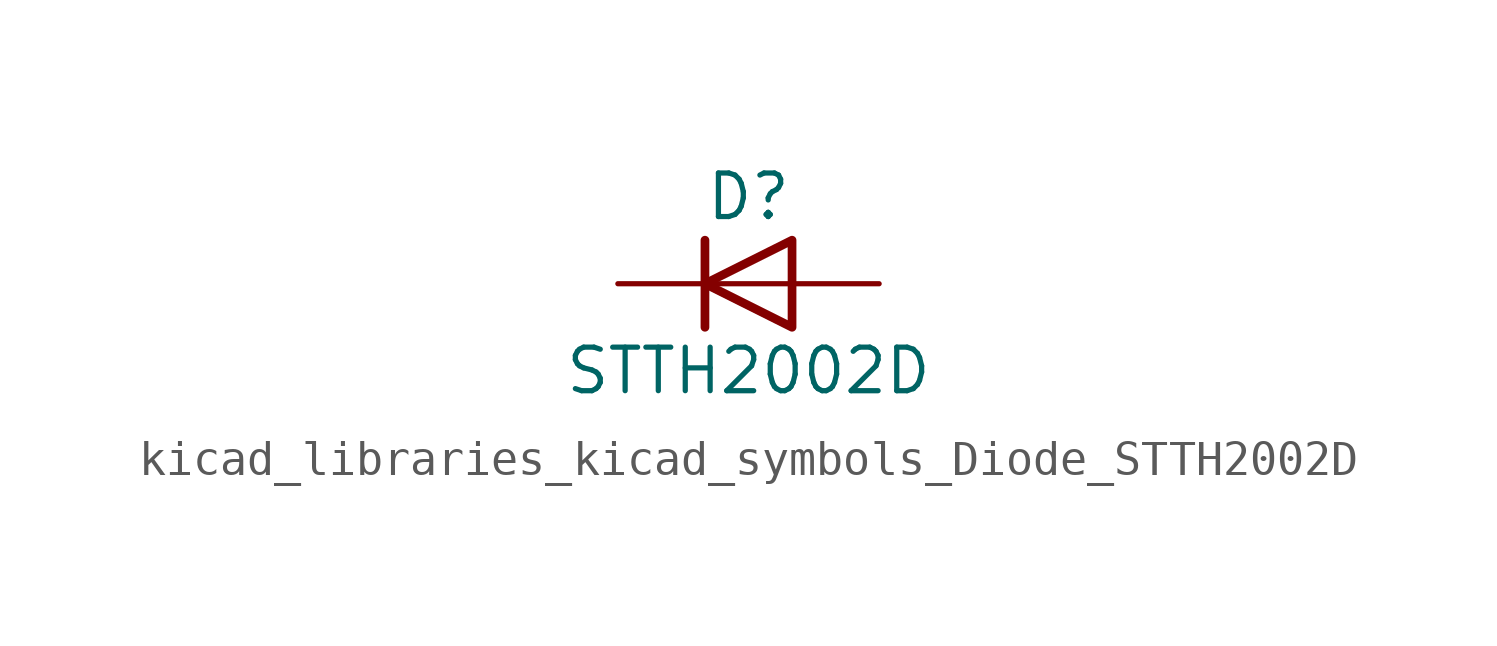
<source format=kicad_sym>
(kicad_symbol_lib
  (version 20220914)
  (generator kicad_symbol_editor)
  (symbol "kicad_libraries_kicad_symbols_Diode_STTH2002D"
    (pin_numbers hide)
    (pin_names hide)
    (property "Reference" "D"
      (at 0 2.54 0)
      (effects (font (size 1.27 1.27))))
    (property "Value" "STTH2002D"
      (at 0 -2.54 0)
      (effects (font (size 1.27 1.27))))
    (symbol "kicad_libraries_kicad_symbols_Diode_STTH2002D_0_0"
      (pin no_connect line (at 0 0 90) (length 2.54) hide (name "NC" (effects (font (size 1.27 1.27)))) (number "3" (effects (font (size 1.27 1.27))))))
    (symbol "kicad_libraries_kicad_symbols_Diode_STTH2002D_0_1"
      (polyline (pts (xy -1.27 1.27) (xy -1.27 -1.27)) (stroke (width 0.254) (type default)) (fill (type none)))
      (polyline (pts (xy 1.27 0) (xy -1.27 0)) (stroke (width 0) (type default)) (fill (type none)))
      (polyline (pts (xy 1.27 1.27) (xy 1.27 -1.27) (xy -1.27 0) (xy 1.27 1.27)) (stroke (width 0.254) (type default)) (fill (type none))))
    (symbol "kicad_libraries_kicad_symbols_Diode_STTH2002D_1_1"
      (pin passive line (at -3.81 0 0) (length 2.54) (name "K" (effects (font (size 1.27 1.27)))) (number "1" (effects (font (size 1.27 1.27)))))
      (pin passive line (at 3.81 0 180) (length 2.54) (name "A" (effects (font (size 1.27 1.27)))) (number "2" (effects (font (size 1.27 1.27))))))))
</source>
